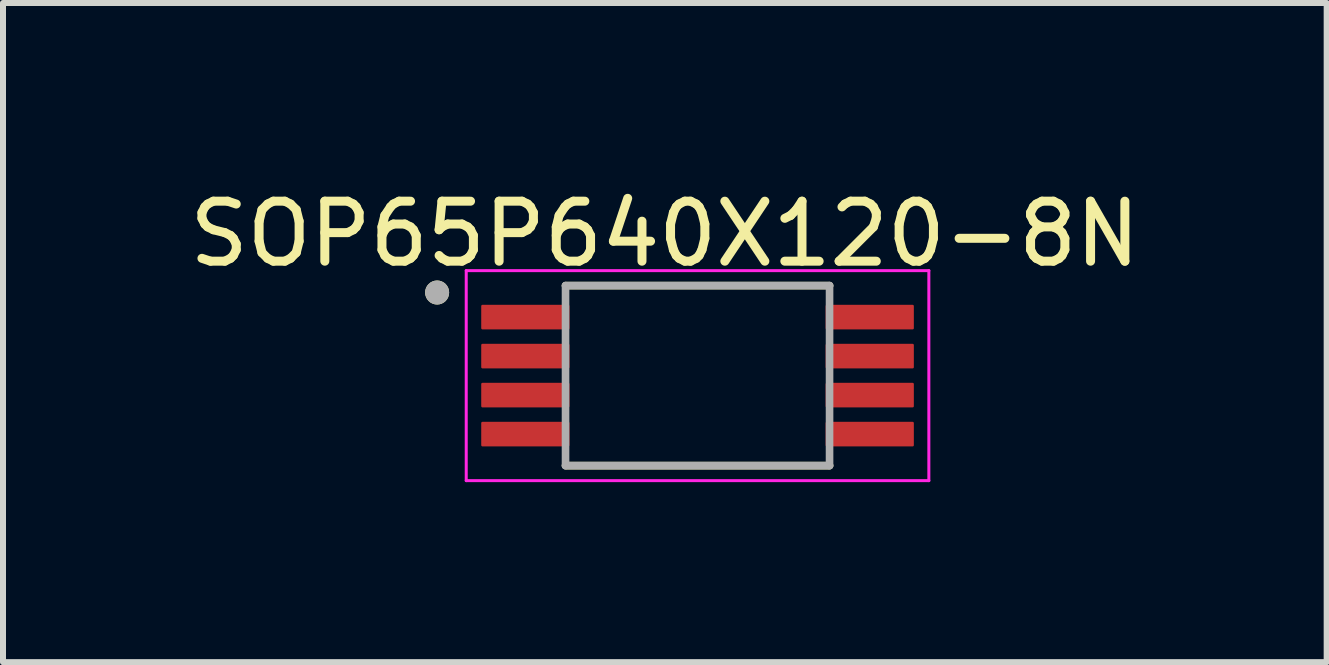
<source format=kicad_pcb>
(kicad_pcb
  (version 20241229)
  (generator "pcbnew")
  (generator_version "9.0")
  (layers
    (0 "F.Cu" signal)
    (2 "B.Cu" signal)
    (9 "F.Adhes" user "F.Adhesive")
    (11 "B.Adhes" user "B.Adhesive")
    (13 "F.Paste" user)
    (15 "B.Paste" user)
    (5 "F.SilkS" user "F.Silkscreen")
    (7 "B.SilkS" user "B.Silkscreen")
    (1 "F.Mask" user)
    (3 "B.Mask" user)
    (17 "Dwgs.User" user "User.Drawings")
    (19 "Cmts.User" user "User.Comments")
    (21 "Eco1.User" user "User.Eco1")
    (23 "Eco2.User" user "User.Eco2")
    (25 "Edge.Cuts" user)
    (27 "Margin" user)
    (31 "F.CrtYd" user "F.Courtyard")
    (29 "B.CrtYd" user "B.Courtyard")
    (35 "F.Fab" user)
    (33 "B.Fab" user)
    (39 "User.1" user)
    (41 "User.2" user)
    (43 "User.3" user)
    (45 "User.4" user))
  (footprint "SOP65P640X120-8N"
    (layer "F.Cu")
    (at 8.575 3.21)
    (property "Reference" "SOP65P640X120-8N" (at -0.545 -2.362 0) (layer "F.SilkS") (effects (font (size 1 1) (thickness 0.15))))
    (attr through_hole)
    (fp_line (start -2.2 -1.5) (end 2.2 -1.5) (stroke (width 0.127) (type solid)) (layer "F.SilkS"))
    (fp_line (start -2.2 1.5) (end 2.2 1.5) (stroke (width 0.127) (type solid)) (layer "F.SilkS"))
    (fp_circle (center -4.34 -1.385) (end -4.24 -1.385) (stroke (width 0.2) (type solid)) (fill no) (layer "F.SilkS"))
    (fp_line (start -3.855 -1.75) (end -3.855 1.75) (stroke (width 0.05) (type solid)) (layer "F.CrtYd"))
    (fp_line (start -3.855 -1.75) (end 3.855 -1.75) (stroke (width 0.05) (type solid)) (layer "F.CrtYd"))
    (fp_line (start -3.855 1.75) (end 3.855 1.75) (stroke (width 0.05) (type solid)) (layer "F.CrtYd"))
    (fp_line (start 3.855 -1.75) (end 3.855 1.75) (stroke (width 0.05) (type solid)) (layer "F.CrtYd"))
    (fp_line (start -2.2 -1.5) (end -2.2 1.5) (stroke (width 0.127) (type solid)) (layer "F.Fab"))
    (fp_line (start -2.2 -1.5) (end 2.2 -1.5) (stroke (width 0.127) (type solid)) (layer "F.Fab"))
    (fp_line (start -2.2 1.5) (end 2.2 1.5) (stroke (width 0.127) (type solid)) (layer "F.Fab"))
    (fp_line (start 2.2 -1.5) (end 2.2 1.5) (stroke (width 0.127) (type solid)) (layer "F.Fab"))
    (fp_circle (center -4.34 -1.385) (end -4.24 -1.385) (stroke (width 0.2) (type solid)) (fill no) (layer "F.Fab"))
    (pad "1" smd roundrect (at -2.87 -0.975) (size 1.47 0.41) (layers "F.Cu" "F.Mask" "F.Paste") (roundrect_rratio 0.05))
    (pad "2" smd roundrect (at -2.87 -0.325) (size 1.47 0.41) (layers "F.Cu" "F.Mask" "F.Paste") (roundrect_rratio 0.05))
    (pad "3" smd roundrect (at -2.87 0.325) (size 1.47 0.41) (layers "F.Cu" "F.Mask" "F.Paste") (roundrect_rratio 0.05))
    (pad "4" smd roundrect (at -2.87 0.975) (size 1.47 0.41) (layers "F.Cu" "F.Mask" "F.Paste") (roundrect_rratio 0.05))
    (pad "5" smd roundrect (at 2.87 0.975) (size 1.47 0.41) (layers "F.Cu" "F.Mask" "F.Paste") (roundrect_rratio 0.05))
    (pad "6" smd roundrect (at 2.87 0.325) (size 1.47 0.41) (layers "F.Cu" "F.Mask" "F.Paste") (roundrect_rratio 0.05))
    (pad "7" smd roundrect (at 2.87 -0.325) (size 1.47 0.41) (layers "F.Cu" "F.Mask" "F.Paste") (roundrect_rratio 0.05))
    (pad "8" smd roundrect (at 2.87 -0.975) (size 1.47 0.41) (layers "F.Cu" "F.Mask" "F.Paste") (roundrect_rratio 0.05)))
  (gr_rect
    (start -3 -3)
    (end 19.06 7.985)
    (stroke (width 0.1) (type default))
    (fill no)
    (layer "Edge.Cuts")))
</source>
